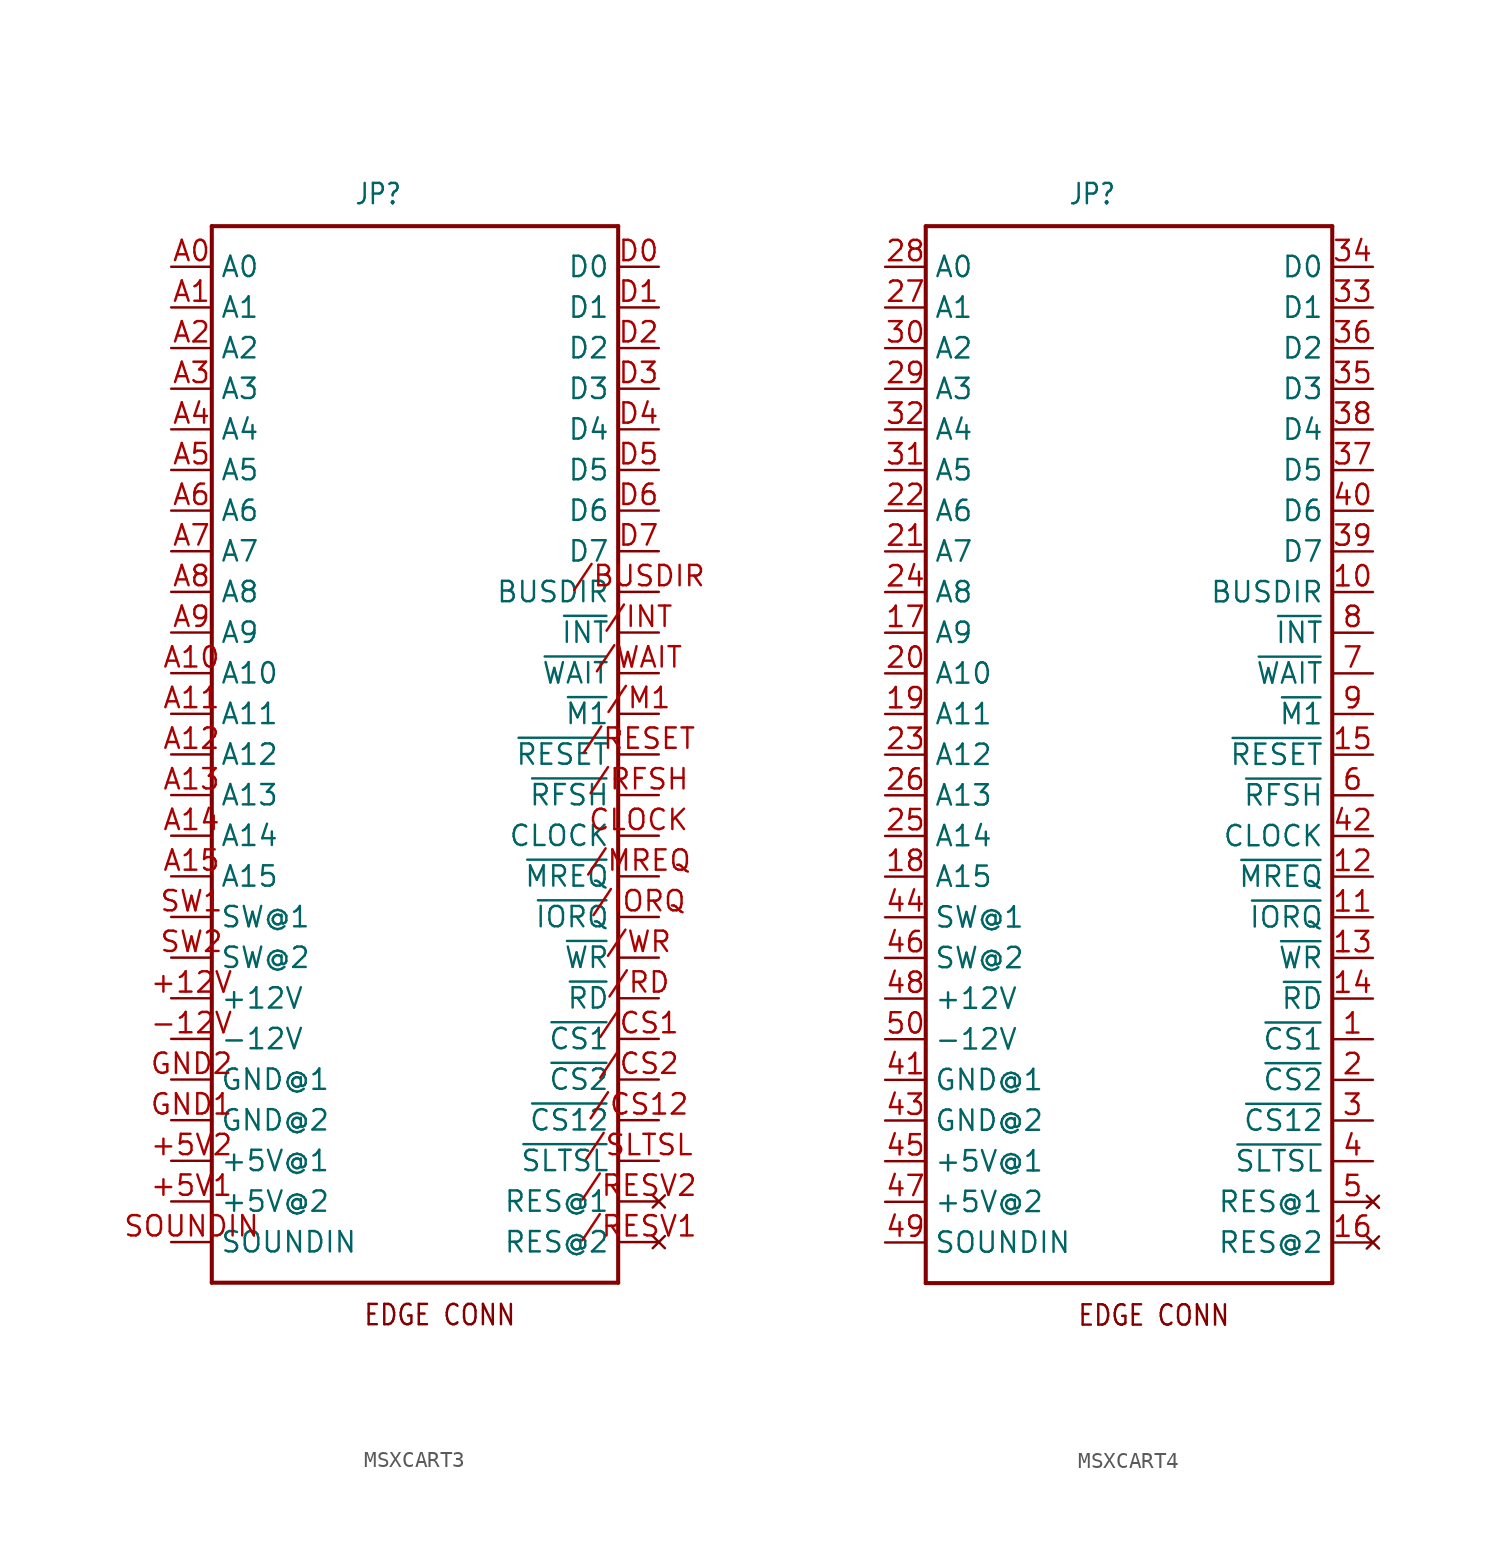
<source format=kicad_sym>
(kicad_symbol_lib
  (version 20211014)
  (generator kicad_symbol_editor)
  (symbol "MSXCART3"
    (property "Reference" "JP"
      (at -3.81 34.29 0)
      (effects (font (size 1.27 1.079)) (justify left bottom)))
    (property "ki_locked" ""
      (at 0 0 0)
      (effects (font (size 1.27 1.27))))
    (symbol "MSXCART3_1_0"
      (polyline (pts (xy -12.7 -33.02) (xy -12.7 33.02)) (stroke (width 0.254) (type default) (color 0 0 0 0)) (fill (type none)))
      (polyline (pts (xy -12.7 33.02) (xy 12.7 33.02)) (stroke (width 0.254) (type default) (color 0 0 0 0)) (fill (type none)))
      (polyline (pts (xy 12.7 -33.02) (xy -12.7 -33.02)) (stroke (width 0.254) (type default) (color 0 0 0 0)) (fill (type none)))
      (polyline (pts (xy 12.7 33.02) (xy 12.7 -33.02)) (stroke (width 0.254) (type default) (color 0 0 0 0)) (fill (type none)))
      (text "EDGE CONN" (at 6.35 -34.29 0) (effects (font (size 1.27 1.079)) (justify right top)))
      (pin power_in line (at -15.24 -15.24 0) (length 2.54) (name "+12V" (effects (font (size 1.27 1.27)))) (number "+12V" (effects (font (size 1.27 1.27)))))
      (pin power_in line (at -15.24 -27.94 0) (length 2.54) (name "+5V@2" (effects (font (size 1.27 1.27)))) (number "+5V1" (effects (font (size 1.27 1.27)))))
      (pin power_in line (at -15.24 -25.4 0) (length 2.54) (name "+5V@1" (effects (font (size 1.27 1.27)))) (number "+5V2" (effects (font (size 1.27 1.27)))))
      (pin power_in line (at -15.24 -17.78 0) (length 2.54) (name "-12V" (effects (font (size 1.27 1.27)))) (number "-12V" (effects (font (size 1.27 1.27)))))
      (pin input line (at 15.24 10.16 180) (length 2.54) (name "BUSDIR" (effects (font (size 1.27 1.27)))) (number "/BUSDIR" (effects (font (size 1.27 1.27)))))
      (pin output line (at 15.24 -17.78 180) (length 2.54) (name "~{CS1}" (effects (font (size 1.27 1.27)))) (number "/CS1" (effects (font (size 1.27 1.27)))))
      (pin output line (at 15.24 -22.86 180) (length 2.54) (name "~{CS12}" (effects (font (size 1.27 1.27)))) (number "/CS12" (effects (font (size 1.27 1.27)))))
      (pin output line (at 15.24 -20.32 180) (length 2.54) (name "~{CS2}" (effects (font (size 1.27 1.27)))) (number "/CS2" (effects (font (size 1.27 1.27)))))
      (pin open_collector line (at 15.24 7.62 180) (length 2.54) (name "~{INT}" (effects (font (size 1.27 1.27)))) (number "/INT" (effects (font (size 1.27 1.27)))))
      (pin output line (at 15.24 -10.16 180) (length 2.54) (name "~{IORQ}" (effects (font (size 1.27 1.27)))) (number "/IORQ" (effects (font (size 1.27 1.27)))))
      (pin output line (at 15.24 2.54 180) (length 2.54) (name "~{M1}" (effects (font (size 1.27 1.27)))) (number "/M1" (effects (font (size 1.27 1.27)))))
      (pin output line (at 15.24 -7.62 180) (length 2.54) (name "~{MREQ}" (effects (font (size 1.27 1.27)))) (number "/MREQ" (effects (font (size 1.27 1.27)))))
      (pin output line (at 15.24 -15.24 180) (length 2.54) (name "~{RD}" (effects (font (size 1.27 1.27)))) (number "/RD" (effects (font (size 1.27 1.27)))))
      (pin output line (at 15.24 0 180) (length 2.54) (name "~{RESET}" (effects (font (size 1.27 1.27)))) (number "/RESET" (effects (font (size 1.27 1.27)))))
      (pin no_connect line (at 15.24 -30.48 180) (length 2.54) (name "RES@2" (effects (font (size 1.27 1.27)))) (number "/RESV1" (effects (font (size 1.27 1.27)))))
      (pin no_connect line (at 15.24 -27.94 180) (length 2.54) (name "RES@1" (effects (font (size 1.27 1.27)))) (number "/RESV2" (effects (font (size 1.27 1.27)))))
      (pin output line (at 15.24 -2.54 180) (length 2.54) (name "~{RFSH}" (effects (font (size 1.27 1.27)))) (number "/RFSH" (effects (font (size 1.27 1.27)))))
      (pin output line (at 15.24 -25.4 180) (length 2.54) (name "~{SLTSL}" (effects (font (size 1.27 1.27)))) (number "/SLTSL" (effects (font (size 1.27 1.27)))))
      (pin open_collector line (at 15.24 5.08 180) (length 2.54) (name "~{WAIT}" (effects (font (size 1.27 1.27)))) (number "/WAIT" (effects (font (size 1.27 1.27)))))
      (pin output line (at 15.24 -12.7 180) (length 2.54) (name "~{WR}" (effects (font (size 1.27 1.27)))) (number "/WR" (effects (font (size 1.27 1.27)))))
      (pin output line (at -15.24 30.48 0) (length 2.54) (name "A0" (effects (font (size 1.27 1.27)))) (number "A0" (effects (font (size 1.27 1.27)))))
      (pin output line (at -15.24 27.94 0) (length 2.54) (name "A1" (effects (font (size 1.27 1.27)))) (number "A1" (effects (font (size 1.27 1.27)))))
      (pin output line (at -15.24 5.08 0) (length 2.54) (name "A10" (effects (font (size 1.27 1.27)))) (number "A10" (effects (font (size 1.27 1.27)))))
      (pin output line (at -15.24 2.54 0) (length 2.54) (name "A11" (effects (font (size 1.27 1.27)))) (number "A11" (effects (font (size 1.27 1.27)))))
      (pin output line (at -15.24 0 0) (length 2.54) (name "A12" (effects (font (size 1.27 1.27)))) (number "A12" (effects (font (size 1.27 1.27)))))
      (pin output line (at -15.24 -2.54 0) (length 2.54) (name "A13" (effects (font (size 1.27 1.27)))) (number "A13" (effects (font (size 1.27 1.27)))))
      (pin output line (at -15.24 -5.08 0) (length 2.54) (name "A14" (effects (font (size 1.27 1.27)))) (number "A14" (effects (font (size 1.27 1.27)))))
      (pin output line (at -15.24 -7.62 0) (length 2.54) (name "A15" (effects (font (size 1.27 1.27)))) (number "A15" (effects (font (size 1.27 1.27)))))
      (pin output line (at -15.24 25.4 0) (length 2.54) (name "A2" (effects (font (size 1.27 1.27)))) (number "A2" (effects (font (size 1.27 1.27)))))
      (pin output line (at -15.24 22.86 0) (length 2.54) (name "A3" (effects (font (size 1.27 1.27)))) (number "A3" (effects (font (size 1.27 1.27)))))
      (pin output line (at -15.24 20.32 0) (length 2.54) (name "A4" (effects (font (size 1.27 1.27)))) (number "A4" (effects (font (size 1.27 1.27)))))
      (pin output line (at -15.24 17.78 0) (length 2.54) (name "A5" (effects (font (size 1.27 1.27)))) (number "A5" (effects (font (size 1.27 1.27)))))
      (pin output line (at -15.24 15.24 0) (length 2.54) (name "A6" (effects (font (size 1.27 1.27)))) (number "A6" (effects (font (size 1.27 1.27)))))
      (pin output line (at -15.24 12.7 0) (length 2.54) (name "A7" (effects (font (size 1.27 1.27)))) (number "A7" (effects (font (size 1.27 1.27)))))
      (pin output line (at -15.24 10.16 0) (length 2.54) (name "A8" (effects (font (size 1.27 1.27)))) (number "A8" (effects (font (size 1.27 1.27)))))
      (pin output line (at -15.24 7.62 0) (length 2.54) (name "A9" (effects (font (size 1.27 1.27)))) (number "A9" (effects (font (size 1.27 1.27)))))
      (pin output line (at 15.24 -5.08 180) (length 2.54) (name "CLOCK" (effects (font (size 1.27 1.27)))) (number "CLOCK" (effects (font (size 1.27 1.27)))))
      (pin bidirectional line (at 15.24 30.48 180) (length 2.54) (name "D0" (effects (font (size 1.27 1.27)))) (number "D0" (effects (font (size 1.27 1.27)))))
      (pin bidirectional line (at 15.24 27.94 180) (length 2.54) (name "D1" (effects (font (size 1.27 1.27)))) (number "D1" (effects (font (size 1.27 1.27)))))
      (pin bidirectional line (at 15.24 25.4 180) (length 2.54) (name "D2" (effects (font (size 1.27 1.27)))) (number "D2" (effects (font (size 1.27 1.27)))))
      (pin bidirectional line (at 15.24 22.86 180) (length 2.54) (name "D3" (effects (font (size 1.27 1.27)))) (number "D3" (effects (font (size 1.27 1.27)))))
      (pin bidirectional line (at 15.24 20.32 180) (length 2.54) (name "D4" (effects (font (size 1.27 1.27)))) (number "D4" (effects (font (size 1.27 1.27)))))
      (pin bidirectional line (at 15.24 17.78 180) (length 2.54) (name "D5" (effects (font (size 1.27 1.27)))) (number "D5" (effects (font (size 1.27 1.27)))))
      (pin bidirectional line (at 15.24 15.24 180) (length 2.54) (name "D6" (effects (font (size 1.27 1.27)))) (number "D6" (effects (font (size 1.27 1.27)))))
      (pin bidirectional line (at 15.24 12.7 180) (length 2.54) (name "D7" (effects (font (size 1.27 1.27)))) (number "D7" (effects (font (size 1.27 1.27)))))
      (pin power_in line (at -15.24 -22.86 0) (length 2.54) (name "GND@2" (effects (font (size 1.27 1.27)))) (number "GND1" (effects (font (size 1.27 1.27)))))
      (pin power_in line (at -15.24 -20.32 0) (length 2.54) (name "GND@1" (effects (font (size 1.27 1.27)))) (number "GND2" (effects (font (size 1.27 1.27)))))
      (pin passive line (at -15.24 -30.48 0) (length 2.54) (name "SOUNDIN" (effects (font (size 1.27 1.27)))) (number "SOUNDIN" (effects (font (size 1.27 1.27)))))
      (pin passive line (at -15.24 -10.16 0) (length 2.54) (name "SW@1" (effects (font (size 1.27 1.27)))) (number "SW1" (effects (font (size 1.27 1.27)))))
      (pin passive line (at -15.24 -12.7 0) (length 2.54) (name "SW@2" (effects (font (size 1.27 1.27)))) (number "SW2" (effects (font (size 1.27 1.27)))))))
  (symbol "MSXCART4"
    (property "Reference" "JP"
      (at -3.81 34.29 0)
      (effects (font (size 1.27 1.079)) (justify left bottom)))
    (property "ki_locked" ""
      (at 0 0 0)
      (effects (font (size 1.27 1.27))))
    (symbol "MSXCART4_1_0"
      (polyline (pts (xy -12.7 -33.02) (xy -12.7 33.02)) (stroke (width 0.254) (type default) (color 0 0 0 0)) (fill (type none)))
      (polyline (pts (xy -12.7 33.02) (xy 12.7 33.02)) (stroke (width 0.254) (type default) (color 0 0 0 0)) (fill (type none)))
      (polyline (pts (xy 12.7 -33.02) (xy -12.7 -33.02)) (stroke (width 0.254) (type default) (color 0 0 0 0)) (fill (type none)))
      (polyline (pts (xy 12.7 33.02) (xy 12.7 -33.02)) (stroke (width 0.254) (type default) (color 0 0 0 0)) (fill (type none)))
      (text "EDGE CONN" (at 6.35 -34.29 0) (effects (font (size 1.27 1.079)) (justify right top)))
      (pin output line (at 15.24 -17.78 180) (length 2.54) (name "~{CS1}" (effects (font (size 1.27 1.27)))) (number "1" (effects (font (size 1.27 1.27)))))
      (pin input line (at 15.24 10.16 180) (length 2.54) (name "BUSDIR" (effects (font (size 1.27 1.27)))) (number "10" (effects (font (size 1.27 1.27)))))
      (pin output line (at 15.24 -10.16 180) (length 2.54) (name "~{IORQ}" (effects (font (size 1.27 1.27)))) (number "11" (effects (font (size 1.27 1.27)))))
      (pin output line (at 15.24 -7.62 180) (length 2.54) (name "~{MREQ}" (effects (font (size 1.27 1.27)))) (number "12" (effects (font (size 1.27 1.27)))))
      (pin output line (at 15.24 -12.7 180) (length 2.54) (name "~{WR}" (effects (font (size 1.27 1.27)))) (number "13" (effects (font (size 1.27 1.27)))))
      (pin output line (at 15.24 -15.24 180) (length 2.54) (name "~{RD}" (effects (font (size 1.27 1.27)))) (number "14" (effects (font (size 1.27 1.27)))))
      (pin output line (at 15.24 0 180) (length 2.54) (name "~{RESET}" (effects (font (size 1.27 1.27)))) (number "15" (effects (font (size 1.27 1.27)))))
      (pin no_connect line (at 15.24 -30.48 180) (length 2.54) (name "RES@2" (effects (font (size 1.27 1.27)))) (number "16" (effects (font (size 1.27 1.27)))))
      (pin output line (at -15.24 7.62 0) (length 2.54) (name "A9" (effects (font (size 1.27 1.27)))) (number "17" (effects (font (size 1.27 1.27)))))
      (pin output line (at -15.24 -7.62 0) (length 2.54) (name "A15" (effects (font (size 1.27 1.27)))) (number "18" (effects (font (size 1.27 1.27)))))
      (pin output line (at -15.24 2.54 0) (length 2.54) (name "A11" (effects (font (size 1.27 1.27)))) (number "19" (effects (font (size 1.27 1.27)))))
      (pin output line (at 15.24 -20.32 180) (length 2.54) (name "~{CS2}" (effects (font (size 1.27 1.27)))) (number "2" (effects (font (size 1.27 1.27)))))
      (pin output line (at -15.24 5.08 0) (length 2.54) (name "A10" (effects (font (size 1.27 1.27)))) (number "20" (effects (font (size 1.27 1.27)))))
      (pin output line (at -15.24 12.7 0) (length 2.54) (name "A7" (effects (font (size 1.27 1.27)))) (number "21" (effects (font (size 1.27 1.27)))))
      (pin output line (at -15.24 15.24 0) (length 2.54) (name "A6" (effects (font (size 1.27 1.27)))) (number "22" (effects (font (size 1.27 1.27)))))
      (pin output line (at -15.24 0 0) (length 2.54) (name "A12" (effects (font (size 1.27 1.27)))) (number "23" (effects (font (size 1.27 1.27)))))
      (pin output line (at -15.24 10.16 0) (length 2.54) (name "A8" (effects (font (size 1.27 1.27)))) (number "24" (effects (font (size 1.27 1.27)))))
      (pin output line (at -15.24 -5.08 0) (length 2.54) (name "A14" (effects (font (size 1.27 1.27)))) (number "25" (effects (font (size 1.27 1.27)))))
      (pin output line (at -15.24 -2.54 0) (length 2.54) (name "A13" (effects (font (size 1.27 1.27)))) (number "26" (effects (font (size 1.27 1.27)))))
      (pin output line (at -15.24 27.94 0) (length 2.54) (name "A1" (effects (font (size 1.27 1.27)))) (number "27" (effects (font (size 1.27 1.27)))))
      (pin output line (at -15.24 30.48 0) (length 2.54) (name "A0" (effects (font (size 1.27 1.27)))) (number "28" (effects (font (size 1.27 1.27)))))
      (pin output line (at -15.24 22.86 0) (length 2.54) (name "A3" (effects (font (size 1.27 1.27)))) (number "29" (effects (font (size 1.27 1.27)))))
      (pin output line (at 15.24 -22.86 180) (length 2.54) (name "~{CS12}" (effects (font (size 1.27 1.27)))) (number "3" (effects (font (size 1.27 1.27)))))
      (pin output line (at -15.24 25.4 0) (length 2.54) (name "A2" (effects (font (size 1.27 1.27)))) (number "30" (effects (font (size 1.27 1.27)))))
      (pin output line (at -15.24 17.78 0) (length 2.54) (name "A5" (effects (font (size 1.27 1.27)))) (number "31" (effects (font (size 1.27 1.27)))))
      (pin output line (at -15.24 20.32 0) (length 2.54) (name "A4" (effects (font (size 1.27 1.27)))) (number "32" (effects (font (size 1.27 1.27)))))
      (pin bidirectional line (at 15.24 27.94 180) (length 2.54) (name "D1" (effects (font (size 1.27 1.27)))) (number "33" (effects (font (size 1.27 1.27)))))
      (pin bidirectional line (at 15.24 30.48 180) (length 2.54) (name "D0" (effects (font (size 1.27 1.27)))) (number "34" (effects (font (size 1.27 1.27)))))
      (pin bidirectional line (at 15.24 22.86 180) (length 2.54) (name "D3" (effects (font (size 1.27 1.27)))) (number "35" (effects (font (size 1.27 1.27)))))
      (pin bidirectional line (at 15.24 25.4 180) (length 2.54) (name "D2" (effects (font (size 1.27 1.27)))) (number "36" (effects (font (size 1.27 1.27)))))
      (pin bidirectional line (at 15.24 17.78 180) (length 2.54) (name "D5" (effects (font (size 1.27 1.27)))) (number "37" (effects (font (size 1.27 1.27)))))
      (pin bidirectional line (at 15.24 20.32 180) (length 2.54) (name "D4" (effects (font (size 1.27 1.27)))) (number "38" (effects (font (size 1.27 1.27)))))
      (pin bidirectional line (at 15.24 12.7 180) (length 2.54) (name "D7" (effects (font (size 1.27 1.27)))) (number "39" (effects (font (size 1.27 1.27)))))
      (pin output line (at 15.24 -25.4 180) (length 2.54) (name "~{SLTSL}" (effects (font (size 1.27 1.27)))) (number "4" (effects (font (size 1.27 1.27)))))
      (pin bidirectional line (at 15.24 15.24 180) (length 2.54) (name "D6" (effects (font (size 1.27 1.27)))) (number "40" (effects (font (size 1.27 1.27)))))
      (pin power_in line (at -15.24 -20.32 0) (length 2.54) (name "GND@1" (effects (font (size 1.27 1.27)))) (number "41" (effects (font (size 1.27 1.27)))))
      (pin output line (at 15.24 -5.08 180) (length 2.54) (name "CLOCK" (effects (font (size 1.27 1.27)))) (number "42" (effects (font (size 1.27 1.27)))))
      (pin power_in line (at -15.24 -22.86 0) (length 2.54) (name "GND@2" (effects (font (size 1.27 1.27)))) (number "43" (effects (font (size 1.27 1.27)))))
      (pin passive line (at -15.24 -10.16 0) (length 2.54) (name "SW@1" (effects (font (size 1.27 1.27)))) (number "44" (effects (font (size 1.27 1.27)))))
      (pin power_in line (at -15.24 -25.4 0) (length 2.54) (name "+5V@1" (effects (font (size 1.27 1.27)))) (number "45" (effects (font (size 1.27 1.27)))))
      (pin passive line (at -15.24 -12.7 0) (length 2.54) (name "SW@2" (effects (font (size 1.27 1.27)))) (number "46" (effects (font (size 1.27 1.27)))))
      (pin power_in line (at -15.24 -27.94 0) (length 2.54) (name "+5V@2" (effects (font (size 1.27 1.27)))) (number "47" (effects (font (size 1.27 1.27)))))
      (pin power_in line (at -15.24 -15.24 0) (length 2.54) (name "+12V" (effects (font (size 1.27 1.27)))) (number "48" (effects (font (size 1.27 1.27)))))
      (pin passive line (at -15.24 -30.48 0) (length 2.54) (name "SOUNDIN" (effects (font (size 1.27 1.27)))) (number "49" (effects (font (size 1.27 1.27)))))
      (pin no_connect line (at 15.24 -27.94 180) (length 2.54) (name "RES@1" (effects (font (size 1.27 1.27)))) (number "5" (effects (font (size 1.27 1.27)))))
      (pin power_in line (at -15.24 -17.78 0) (length 2.54) (name "-12V" (effects (font (size 1.27 1.27)))) (number "50" (effects (font (size 1.27 1.27)))))
      (pin output line (at 15.24 -2.54 180) (length 2.54) (name "~{RFSH}" (effects (font (size 1.27 1.27)))) (number "6" (effects (font (size 1.27 1.27)))))
      (pin open_collector line (at 15.24 5.08 180) (length 2.54) (name "~{WAIT}" (effects (font (size 1.27 1.27)))) (number "7" (effects (font (size 1.27 1.27)))))
      (pin open_collector line (at 15.24 7.62 180) (length 2.54) (name "~{INT}" (effects (font (size 1.27 1.27)))) (number "8" (effects (font (size 1.27 1.27)))))
      (pin output line (at 15.24 2.54 180) (length 2.54) (name "~{M1}" (effects (font (size 1.27 1.27)))) (number "9" (effects (font (size 1.27 1.27))))))))
</source>
